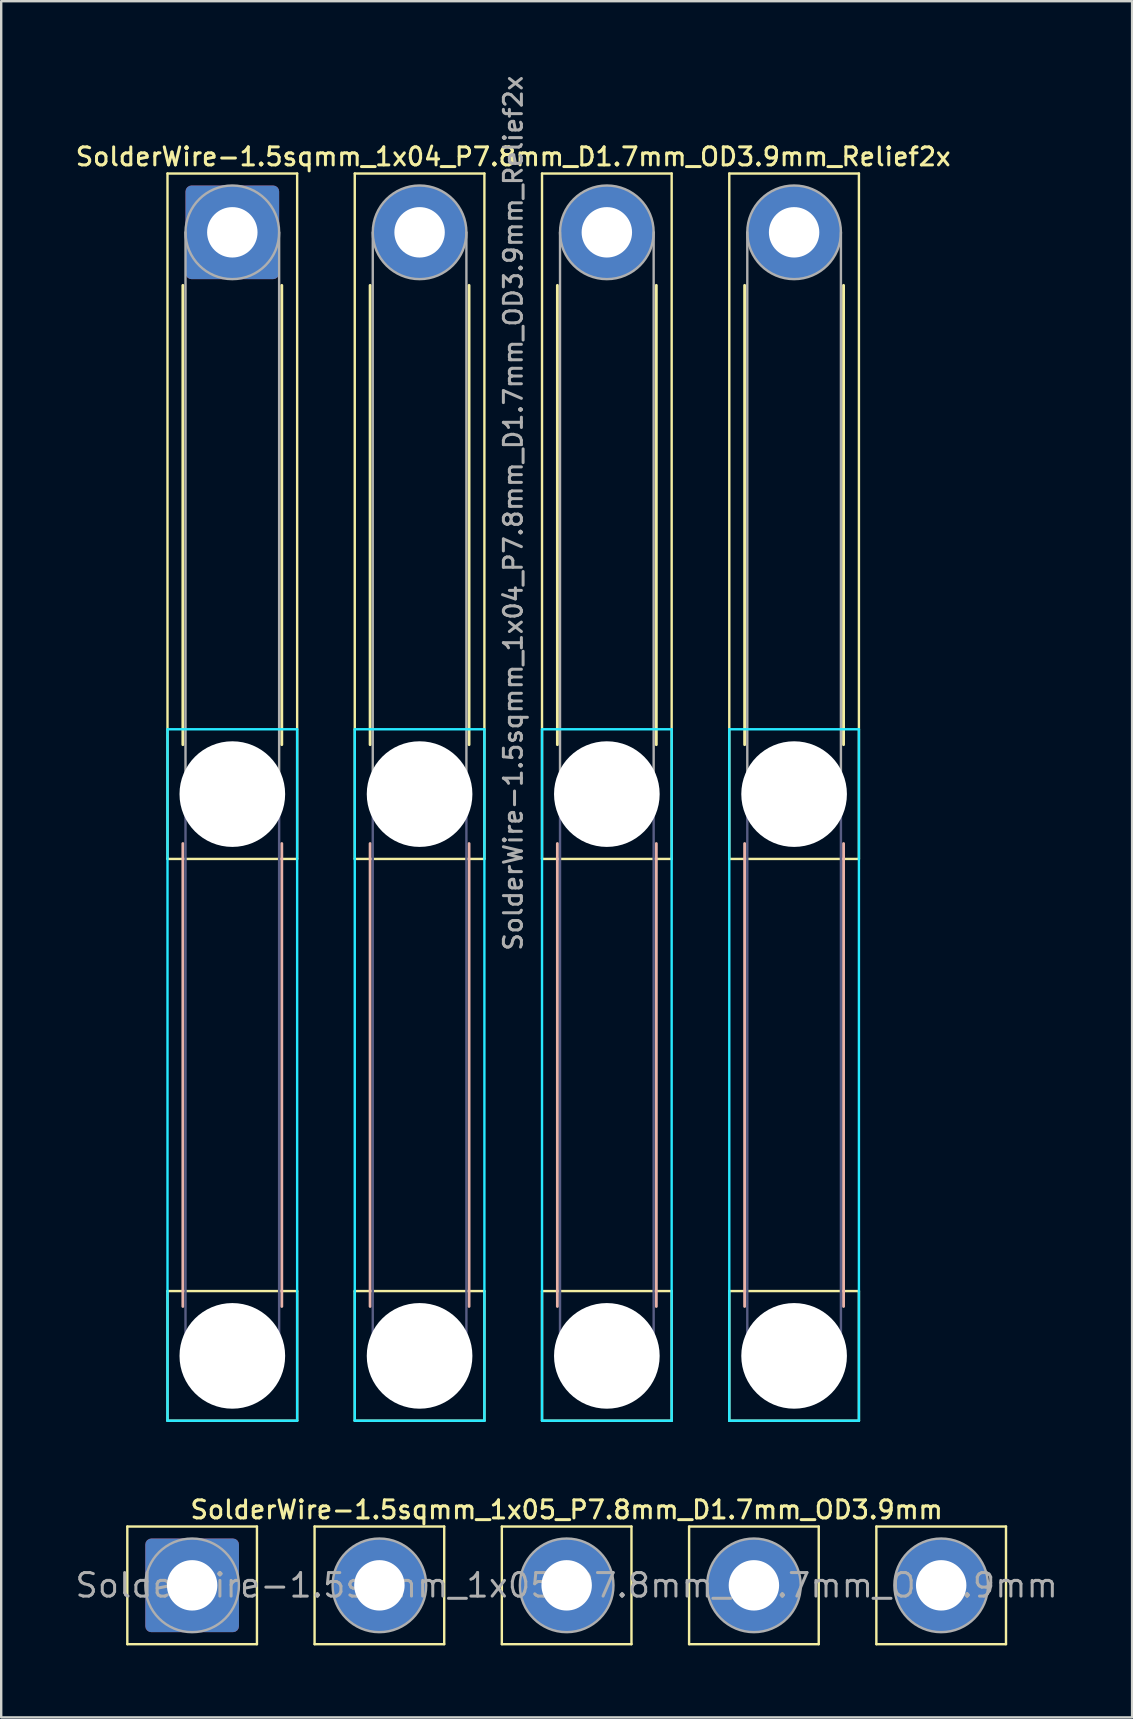
<source format=kicad_pcb>
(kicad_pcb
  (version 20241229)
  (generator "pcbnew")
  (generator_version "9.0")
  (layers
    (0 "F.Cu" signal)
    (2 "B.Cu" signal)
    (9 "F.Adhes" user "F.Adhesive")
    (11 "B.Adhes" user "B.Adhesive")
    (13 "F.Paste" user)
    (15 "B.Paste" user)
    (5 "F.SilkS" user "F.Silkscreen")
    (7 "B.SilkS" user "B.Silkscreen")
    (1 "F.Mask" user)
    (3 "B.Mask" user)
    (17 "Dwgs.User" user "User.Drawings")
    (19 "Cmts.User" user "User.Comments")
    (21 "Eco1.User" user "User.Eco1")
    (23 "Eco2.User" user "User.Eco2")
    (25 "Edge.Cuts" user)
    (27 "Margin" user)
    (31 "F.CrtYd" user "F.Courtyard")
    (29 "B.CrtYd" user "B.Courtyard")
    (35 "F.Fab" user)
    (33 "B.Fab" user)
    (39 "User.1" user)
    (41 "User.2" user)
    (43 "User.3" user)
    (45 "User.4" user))
  (footprint "SolderWire-1.5sqmm_1x04_P7.8mm_D1.7mm_OD3.9mm_Relief2x"
    (layer "F.Cu")
    (at 6.627 6.627)
    (property "Reference" "SolderWire-1.5sqmm_1x04_P7.8mm_D1.7mm_OD3.9mm_Relief2x" (at 11.7 -3.15 0) (layer "F.SilkS") (effects (font (size 0.75 0.75) (thickness 0.125))))
    (attr exclude_from_pos_files exclude_from_bom)
    (fp_line (start -2.7 -2.45) (end -2.7 26.1) (stroke (width 0.1) (type solid)) (layer "F.SilkS"))
    (fp_line (start -2.7 26.1) (end 2.7 26.1) (stroke (width 0.1) (type solid)) (layer "F.SilkS"))
    (fp_line (start -2.7 44.1) (end -2.7 49.5) (stroke (width 0.1) (type solid)) (layer "F.SilkS"))
    (fp_line (start -2.7 49.5) (end 2.7 49.5) (stroke (width 0.1) (type solid)) (layer "F.SilkS"))
    (fp_line (start -2.06 2.21) (end -2.06 21.34) (stroke (width 0.12) (type solid)) (layer "F.SilkS"))
    (fp_line (start 2.06 2.21) (end 2.06 21.34) (stroke (width 0.12) (type solid)) (layer "F.SilkS"))
    (fp_line (start 2.7 -2.45) (end -2.7 -2.45) (stroke (width 0.1) (type solid)) (layer "F.SilkS"))
    (fp_line (start 2.7 26.1) (end 2.7 -2.45) (stroke (width 0.1) (type solid)) (layer "F.SilkS"))
    (fp_line (start 2.7 44.1) (end -2.7 44.1) (stroke (width 0.1) (type solid)) (layer "F.SilkS"))
    (fp_line (start 2.7 49.5) (end 2.7 44.1) (stroke (width 0.1) (type solid)) (layer "F.SilkS"))
    (fp_line (start 5.1 -2.45) (end 5.1 26.1) (stroke (width 0.1) (type solid)) (layer "F.SilkS"))
    (fp_line (start 5.1 26.1) (end 10.5 26.1) (stroke (width 0.1) (type solid)) (layer "F.SilkS"))
    (fp_line (start 5.1 44.1) (end 5.1 49.5) (stroke (width 0.1) (type solid)) (layer "F.SilkS"))
    (fp_line (start 5.1 49.5) (end 10.5 49.5) (stroke (width 0.1) (type solid)) (layer "F.SilkS"))
    (fp_line (start 5.74 2.21) (end 5.74 21.34) (stroke (width 0.12) (type solid)) (layer "F.SilkS"))
    (fp_line (start 9.86 2.21) (end 9.86 21.34) (stroke (width 0.12) (type solid)) (layer "F.SilkS"))
    (fp_line (start 10.5 -2.45) (end 5.1 -2.45) (stroke (width 0.1) (type solid)) (layer "F.SilkS"))
    (fp_line (start 10.5 26.1) (end 10.5 -2.45) (stroke (width 0.1) (type solid)) (layer "F.SilkS"))
    (fp_line (start 10.5 44.1) (end 5.1 44.1) (stroke (width 0.1) (type solid)) (layer "F.SilkS"))
    (fp_line (start 10.5 49.5) (end 10.5 44.1) (stroke (width 0.1) (type solid)) (layer "F.SilkS"))
    (fp_line (start 12.9 -2.45) (end 12.9 26.1) (stroke (width 0.1) (type solid)) (layer "F.SilkS"))
    (fp_line (start 12.9 26.1) (end 18.3 26.1) (stroke (width 0.1) (type solid)) (layer "F.SilkS"))
    (fp_line (start 12.9 44.1) (end 12.9 49.5) (stroke (width 0.1) (type solid)) (layer "F.SilkS"))
    (fp_line (start 12.9 49.5) (end 18.3 49.5) (stroke (width 0.1) (type solid)) (layer "F.SilkS"))
    (fp_line (start 13.54 2.21) (end 13.54 21.34) (stroke (width 0.12) (type solid)) (layer "F.SilkS"))
    (fp_line (start 17.66 2.21) (end 17.66 21.34) (stroke (width 0.12) (type solid)) (layer "F.SilkS"))
    (fp_line (start 18.3 -2.45) (end 12.9 -2.45) (stroke (width 0.1) (type solid)) (layer "F.SilkS"))
    (fp_line (start 18.3 26.1) (end 18.3 -2.45) (stroke (width 0.1) (type solid)) (layer "F.SilkS"))
    (fp_line (start 18.3 44.1) (end 12.9 44.1) (stroke (width 0.1) (type solid)) (layer "F.SilkS"))
    (fp_line (start 18.3 49.5) (end 18.3 44.1) (stroke (width 0.1) (type solid)) (layer "F.SilkS"))
    (fp_line (start 20.7 -2.45) (end 20.7 26.1) (stroke (width 0.1) (type solid)) (layer "F.SilkS"))
    (fp_line (start 20.7 26.1) (end 26.1 26.1) (stroke (width 0.1) (type solid)) (layer "F.SilkS"))
    (fp_line (start 20.7 44.1) (end 20.7 49.5) (stroke (width 0.1) (type solid)) (layer "F.SilkS"))
    (fp_line (start 20.7 49.5) (end 26.1 49.5) (stroke (width 0.1) (type solid)) (layer "F.SilkS"))
    (fp_line (start 21.34 2.21) (end 21.34 21.34) (stroke (width 0.12) (type solid)) (layer "F.SilkS"))
    (fp_line (start 25.46 2.21) (end 25.46 21.34) (stroke (width 0.12) (type solid)) (layer "F.SilkS"))
    (fp_line (start 26.1 -2.45) (end 20.7 -2.45) (stroke (width 0.1) (type solid)) (layer "F.SilkS"))
    (fp_line (start 26.1 26.1) (end 26.1 -2.45) (stroke (width 0.1) (type solid)) (layer "F.SilkS"))
    (fp_line (start 26.1 44.1) (end 20.7 44.1) (stroke (width 0.1) (type solid)) (layer "F.SilkS"))
    (fp_line (start 26.1 49.5) (end 26.1 44.1) (stroke (width 0.1) (type solid)) (layer "F.SilkS"))
    (fp_line (start -2.06 25.46) (end -2.06 44.74) (stroke (width 0.12) (type solid)) (layer "B.SilkS"))
    (fp_line (start 2.06 25.46) (end 2.06 44.74) (stroke (width 0.12) (type solid)) (layer "B.SilkS"))
    (fp_line (start 5.74 25.46) (end 5.74 44.74) (stroke (width 0.12) (type solid)) (layer "B.SilkS"))
    (fp_line (start 9.86 25.46) (end 9.86 44.74) (stroke (width 0.12) (type solid)) (layer "B.SilkS"))
    (fp_line (start 13.54 25.46) (end 13.54 44.74) (stroke (width 0.12) (type solid)) (layer "B.SilkS"))
    (fp_line (start 17.66 25.46) (end 17.66 44.74) (stroke (width 0.12) (type solid)) (layer "B.SilkS"))
    (fp_line (start 21.34 25.46) (end 21.34 44.74) (stroke (width 0.12) (type solid)) (layer "B.SilkS"))
    (fp_line (start 25.46 25.46) (end 25.46 44.74) (stroke (width 0.12) (type solid)) (layer "B.SilkS"))
    (fp_line (start -2.7 20.7) (end -2.7 49.5) (stroke (width 0.1) (type solid)) (layer "B.CrtYd"))
    (fp_line (start -2.7 49.5) (end 2.7 49.5) (stroke (width 0.1) (type solid)) (layer "B.CrtYd"))
    (fp_line (start 2.7 20.7) (end -2.7 20.7) (stroke (width 0.1) (type solid)) (layer "B.CrtYd"))
    (fp_line (start 2.7 49.5) (end 2.7 20.7) (stroke (width 0.1) (type solid)) (layer "B.CrtYd"))
    (fp_line (start 5.1 20.7) (end 5.1 49.5) (stroke (width 0.1) (type solid)) (layer "B.CrtYd"))
    (fp_line (start 5.1 49.5) (end 10.5 49.5) (stroke (width 0.1) (type solid)) (layer "B.CrtYd"))
    (fp_line (start 10.5 20.7) (end 5.1 20.7) (stroke (width 0.1) (type solid)) (layer "B.CrtYd"))
    (fp_line (start 10.5 49.5) (end 10.5 20.7) (stroke (width 0.1) (type solid)) (layer "B.CrtYd"))
    (fp_line (start 12.9 20.7) (end 12.9 49.5) (stroke (width 0.1) (type solid)) (layer "B.CrtYd"))
    (fp_line (start 12.9 49.5) (end 18.3 49.5) (stroke (width 0.1) (type solid)) (layer "B.CrtYd"))
    (fp_line (start 18.3 20.7) (end 12.9 20.7) (stroke (width 0.1) (type solid)) (layer "B.CrtYd"))
    (fp_line (start 18.3 49.5) (end 18.3 20.7) (stroke (width 0.1) (type solid)) (layer "B.CrtYd"))
    (fp_line (start 20.7 20.7) (end 20.7 49.5) (stroke (width 0.1) (type solid)) (layer "B.CrtYd"))
    (fp_line (start 20.7 49.5) (end 26.1 49.5) (stroke (width 0.1) (type solid)) (layer "B.CrtYd"))
    (fp_line (start 26.1 20.7) (end 20.7 20.7) (stroke (width 0.1) (type solid)) (layer "B.CrtYd"))
    (fp_line (start 26.1 49.5) (end 26.1 20.7) (stroke (width 0.1) (type solid)) (layer "B.CrtYd"))
    (fp_line (start -1.95 23.4) (end -1.95 46.8) (stroke (width 0.1) (type solid)) (layer "B.Fab"))
    (fp_line (start 1.95 23.4) (end 1.95 46.8) (stroke (width 0.1) (type solid)) (layer "B.Fab"))
    (fp_line (start 5.85 23.4) (end 5.85 46.8) (stroke (width 0.1) (type solid)) (layer "B.Fab"))
    (fp_line (start 9.75 23.4) (end 9.75 46.8) (stroke (width 0.1) (type solid)) (layer "B.Fab"))
    (fp_line (start 13.65 23.4) (end 13.65 46.8) (stroke (width 0.1) (type solid)) (layer "B.Fab"))
    (fp_line (start 17.55 23.4) (end 17.55 46.8) (stroke (width 0.1) (type solid)) (layer "B.Fab"))
    (fp_line (start 21.45 23.4) (end 21.45 46.8) (stroke (width 0.1) (type solid)) (layer "B.Fab"))
    (fp_line (start 25.35 23.4) (end 25.35 46.8) (stroke (width 0.1) (type solid)) (layer "B.Fab"))
    (fp_circle (center 0 23.4) (end 1.95 23.4) (stroke (width 0.1) (type solid)) (fill no) (layer "B.Fab"))
    (fp_circle (center 0 46.8) (end 1.95 46.8) (stroke (width 0.1) (type solid)) (fill no) (layer "B.Fab"))
    (fp_circle (center 7.8 23.4) (end 9.75 23.4) (stroke (width 0.1) (type solid)) (fill no) (layer "B.Fab"))
    (fp_circle (center 7.8 46.8) (end 9.75 46.8) (stroke (width 0.1) (type solid)) (fill no) (layer "B.Fab"))
    (fp_circle (center 15.6 23.4) (end 17.55 23.4) (stroke (width 0.1) (type solid)) (fill no) (layer "B.Fab"))
    (fp_circle (center 15.6 46.8) (end 17.55 46.8) (stroke (width 0.1) (type solid)) (fill no) (layer "B.Fab"))
    (fp_circle (center 23.4 23.4) (end 25.35 23.4) (stroke (width 0.1) (type solid)) (fill no) (layer "B.Fab"))
    (fp_circle (center 23.4 46.8) (end 25.35 46.8) (stroke (width 0.1) (type solid)) (fill no) (layer "B.Fab"))
    (fp_line (start -1.95 0) (end -1.95 23.4) (stroke (width 0.1) (type solid)) (layer "F.Fab"))
    (fp_line (start 1.95 0) (end 1.95 23.4) (stroke (width 0.1) (type solid)) (layer "F.Fab"))
    (fp_line (start 5.85 0) (end 5.85 23.4) (stroke (width 0.1) (type solid)) (layer "F.Fab"))
    (fp_line (start 9.75 0) (end 9.75 23.4) (stroke (width 0.1) (type solid)) (layer "F.Fab"))
    (fp_line (start 13.65 0) (end 13.65 23.4) (stroke (width 0.1) (type solid)) (layer "F.Fab"))
    (fp_line (start 17.55 0) (end 17.55 23.4) (stroke (width 0.1) (type solid)) (layer "F.Fab"))
    (fp_line (start 21.45 0) (end 21.45 23.4) (stroke (width 0.1) (type solid)) (layer "F.Fab"))
    (fp_line (start 25.35 0) (end 25.35 23.4) (stroke (width 0.1) (type solid)) (layer "F.Fab"))
    (fp_circle (center 0 0) (end 1.95 0) (stroke (width 0.1) (type solid)) (fill no) (layer "F.Fab"))
    (fp_circle (center 0 23.4) (end 1.95 23.4) (stroke (width 0.1) (type solid)) (fill no) (layer "F.Fab"))
    (fp_circle (center 0 46.8) (end 1.95 46.8) (stroke (width 0.1) (type solid)) (fill no) (layer "F.Fab"))
    (fp_circle (center 7.8 0) (end 9.75 0) (stroke (width 0.1) (type solid)) (fill no) (layer "F.Fab"))
    (fp_circle (center 7.8 23.4) (end 9.75 23.4) (stroke (width 0.1) (type solid)) (fill no) (layer "F.Fab"))
    (fp_circle (center 7.8 46.8) (end 9.75 46.8) (stroke (width 0.1) (type solid)) (fill no) (layer "F.Fab"))
    (fp_circle (center 15.6 0) (end 17.55 0) (stroke (width 0.1) (type solid)) (fill no) (layer "F.Fab"))
    (fp_circle (center 15.6 23.4) (end 17.55 23.4) (stroke (width 0.1) (type solid)) (fill no) (layer "F.Fab"))
    (fp_circle (center 15.6 46.8) (end 17.55 46.8) (stroke (width 0.1) (type solid)) (fill no) (layer "F.Fab"))
    (fp_circle (center 23.4 0) (end 25.35 0) (stroke (width 0.1) (type solid)) (fill no) (layer "F.Fab"))
    (fp_circle (center 23.4 23.4) (end 25.35 23.4) (stroke (width 0.1) (type solid)) (fill no) (layer "F.Fab"))
    (fp_circle (center 23.4 46.8) (end 25.35 46.8) (stroke (width 0.1) (type solid)) (fill no) (layer "F.Fab"))
    (fp_text user "${REFERENCE}" (at 11.7 11.7 90) (layer "F.Fab") (effects (font (size 0.75 0.75) (thickness 0.125))))
    (pad "" np_thru_hole circle (at 0 23.4) (size 4.4 4.4) (drill 4.4) (layers "*.Cu" "*.Mask"))
    (pad "" np_thru_hole circle (at 0 46.8) (size 4.4 4.4) (drill 4.4) (layers "*.Cu" "*.Mask"))
    (pad "" np_thru_hole circle (at 7.8 23.4) (size 4.4 4.4) (drill 4.4) (layers "*.Cu" "*.Mask"))
    (pad "" np_thru_hole circle (at 7.8 46.8) (size 4.4 4.4) (drill 4.4) (layers "*.Cu" "*.Mask"))
    (pad "" np_thru_hole circle (at 15.6 23.4) (size 4.4 4.4) (drill 4.4) (layers "*.Cu" "*.Mask"))
    (pad "" np_thru_hole circle (at 15.6 46.8) (size 4.4 4.4) (drill 4.4) (layers "*.Cu" "*.Mask"))
    (pad "" np_thru_hole circle (at 23.4 23.4) (size 4.4 4.4) (drill 4.4) (layers "*.Cu" "*.Mask"))
    (pad "" np_thru_hole circle (at 23.4 46.8) (size 4.4 4.4) (drill 4.4) (layers "*.Cu" "*.Mask"))
    (pad "1" thru_hole roundrect (at 0 0) (size 3.9 3.9) (drill 2.1) (layers "*.Cu" "*.Mask") (roundrect_rratio 0.064))
    (pad "2" thru_hole circle (at 7.8 0) (size 3.9 3.9) (drill 2.1) (layers "*.Cu" "*.Mask"))
    (pad "3" thru_hole circle (at 15.6 0) (size 3.9 3.9) (drill 2.1) (layers "*.Cu" "*.Mask"))
    (pad "4" thru_hole circle (at 23.4 0) (size 3.9 3.9) (drill 2.1) (layers "*.Cu" "*.Mask")))
  (footprint "SolderWire-1.5sqmm_1x05_P7.8mm_D1.7mm_OD3.9mm"
    (layer "F.Cu")
    (at 4.953 62.985)
    (property "Reference" "SolderWire-1.5sqmm_1x05_P7.8mm_D1.7mm_OD3.9mm" (at 15.6 -3.15 0) (layer "F.SilkS") (effects (font (size 0.75 0.75) (thickness 0.125))))
    (attr exclude_from_pos_files exclude_from_bom)
    (fp_line (start -2.7 -2.45) (end -2.7 2.45) (stroke (width 0.1) (type solid)) (layer "F.SilkS"))
    (fp_line (start -2.7 2.45) (end 2.7 2.45) (stroke (width 0.1) (type solid)) (layer "F.SilkS"))
    (fp_line (start 2.7 -2.45) (end -2.7 -2.45) (stroke (width 0.1) (type solid)) (layer "F.SilkS"))
    (fp_line (start 2.7 2.45) (end 2.7 -2.45) (stroke (width 0.1) (type solid)) (layer "F.SilkS"))
    (fp_line (start 5.1 -2.45) (end 5.1 2.45) (stroke (width 0.1) (type solid)) (layer "F.SilkS"))
    (fp_line (start 5.1 2.45) (end 10.5 2.45) (stroke (width 0.1) (type solid)) (layer "F.SilkS"))
    (fp_line (start 10.5 -2.45) (end 5.1 -2.45) (stroke (width 0.1) (type solid)) (layer "F.SilkS"))
    (fp_line (start 10.5 2.45) (end 10.5 -2.45) (stroke (width 0.1) (type solid)) (layer "F.SilkS"))
    (fp_line (start 12.9 -2.45) (end 12.9 2.45) (stroke (width 0.1) (type solid)) (layer "F.SilkS"))
    (fp_line (start 12.9 2.45) (end 18.3 2.45) (stroke (width 0.1) (type solid)) (layer "F.SilkS"))
    (fp_line (start 18.3 -2.45) (end 12.9 -2.45) (stroke (width 0.1) (type solid)) (layer "F.SilkS"))
    (fp_line (start 18.3 2.45) (end 18.3 -2.45) (stroke (width 0.1) (type solid)) (layer "F.SilkS"))
    (fp_line (start 20.7 -2.45) (end 20.7 2.45) (stroke (width 0.1) (type solid)) (layer "F.SilkS"))
    (fp_line (start 20.7 2.45) (end 26.1 2.45) (stroke (width 0.1) (type solid)) (layer "F.SilkS"))
    (fp_line (start 26.1 -2.45) (end 20.7 -2.45) (stroke (width 0.1) (type solid)) (layer "F.SilkS"))
    (fp_line (start 26.1 2.45) (end 26.1 -2.45) (stroke (width 0.1) (type solid)) (layer "F.SilkS"))
    (fp_line (start 28.5 -2.45) (end 28.5 2.45) (stroke (width 0.1) (type solid)) (layer "F.SilkS"))
    (fp_line (start 28.5 2.45) (end 33.9 2.45) (stroke (width 0.1) (type solid)) (layer "F.SilkS"))
    (fp_line (start 33.9 -2.45) (end 28.5 -2.45) (stroke (width 0.1) (type solid)) (layer "F.SilkS"))
    (fp_line (start 33.9 2.45) (end 33.9 -2.45) (stroke (width 0.1) (type solid)) (layer "F.SilkS"))
    (fp_circle (center 0 0) (end 1.95 0) (stroke (width 0.1) (type solid)) (fill no) (layer "F.Fab"))
    (fp_circle (center 7.8 0) (end 9.75 0) (stroke (width 0.1) (type solid)) (fill no) (layer "F.Fab"))
    (fp_circle (center 15.6 0) (end 17.55 0) (stroke (width 0.1) (type solid)) (fill no) (layer "F.Fab"))
    (fp_circle (center 23.4 0) (end 25.35 0) (stroke (width 0.1) (type solid)) (fill no) (layer "F.Fab"))
    (fp_circle (center 31.2 0) (end 33.15 0) (stroke (width 0.1) (type solid)) (fill no) (layer "F.Fab"))
    (fp_text user "${REFERENCE}" (at 15.6 0 0) (layer "F.Fab") (effects (font (size 0.98 0.98) (thickness 0.125))))
    (pad "1" thru_hole roundrect (at 0 0) (size 3.9 3.9) (drill 2.1) (layers "*.Cu" "*.Mask") (roundrect_rratio 0.064))
    (pad "2" thru_hole circle (at 7.8 0) (size 3.9 3.9) (drill 2.1) (layers "*.Cu" "*.Mask"))
    (pad "3" thru_hole circle (at 15.6 0) (size 3.9 3.9) (drill 2.1) (layers "*.Cu" "*.Mask"))
    (pad "4" thru_hole circle (at 23.4 0) (size 3.9 3.9) (drill 2.1) (layers "*.Cu" "*.Mask"))
    (pad "5" thru_hole circle (at 31.2 0) (size 3.9 3.9) (drill 2.1) (layers "*.Cu" "*.Mask")))
  (gr_rect
    (start -3 -3)
    (end 44.106 68.485)
    (stroke (width 0.1) (type default))
    (fill no)
    (layer "Edge.Cuts")))
</source>
